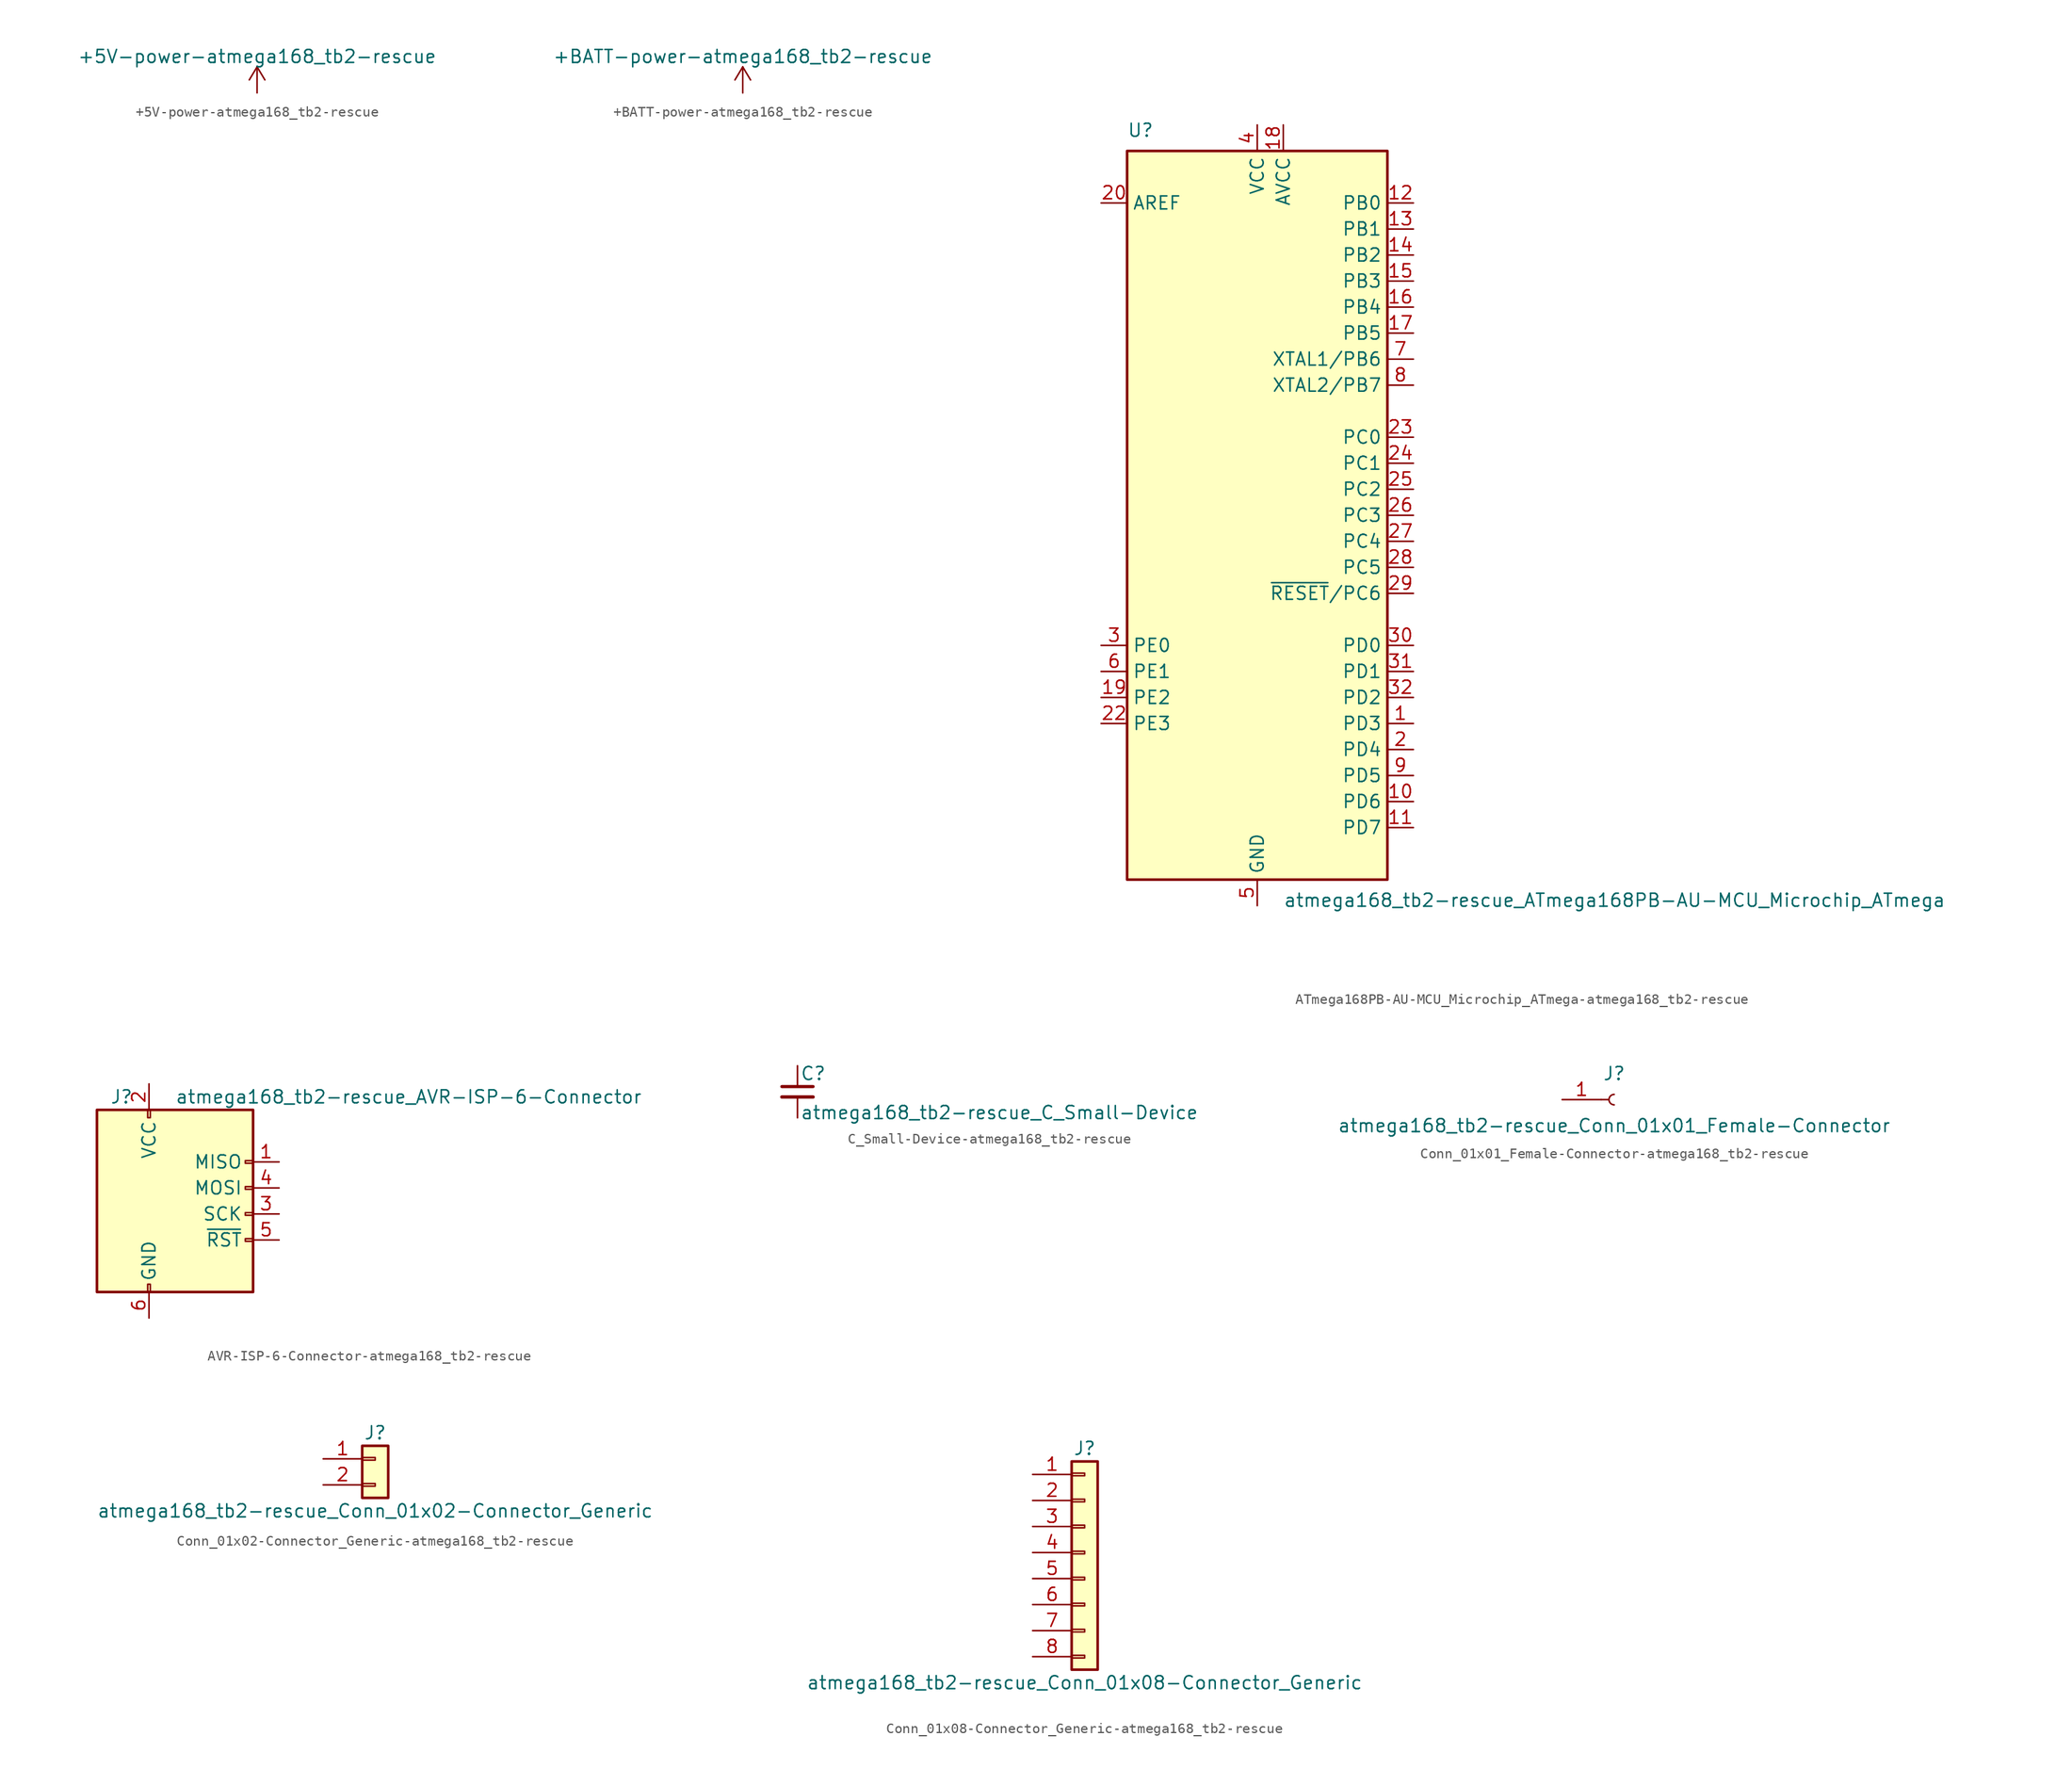
<source format=kicad_sym>
(kicad_symbol_lib
  (version 20220914)
  (generator kicad_symbol_editor)
  (symbol "+5V-power-atmega168_tb2-rescue"
    (power)
    (pin_names
      (offset 0))
    (property "Reference" "#PWR"
      (at 0 -3.81 0)
      (effects (font (size 1.27 1.27)) hide))
    (property "Value" "+5V-power-atmega168_tb2-rescue"
      (at 0 3.556 0)
      (effects (font (size 1.27 1.27))))
    (symbol "+5V-power-atmega168_tb2-rescue_0_1"
      (polyline (pts (xy -0.762 1.27) (xy 0 2.54)) (stroke (width 0) (type solid)) (fill (type none)))
      (polyline (pts (xy 0 0) (xy 0 2.54)) (stroke (width 0) (type solid)) (fill (type none)))
      (polyline (pts (xy 0 2.54) (xy 0.762 1.27)) (stroke (width 0) (type solid)) (fill (type none))))
    (symbol "+5V-power-atmega168_tb2-rescue_1_1"
      (pin power_in line (at 0 0 90) (length 0) hide (name "+5V" (effects (font (size 1.27 1.27)))) (number "1" (effects (font (size 1.27 1.27)))))))
  (symbol "+BATT-power-atmega168_tb2-rescue"
    (power)
    (pin_names
      (offset 0))
    (property "Reference" "#PWR"
      (at 0 -3.81 0)
      (effects (font (size 1.27 1.27)) hide))
    (property "Value" "+BATT-power-atmega168_tb2-rescue"
      (at 0 3.556 0)
      (effects (font (size 1.27 1.27))))
    (symbol "+BATT-power-atmega168_tb2-rescue_0_1"
      (polyline (pts (xy -0.762 1.27) (xy 0 2.54)) (stroke (width 0) (type solid)) (fill (type none)))
      (polyline (pts (xy 0 0) (xy 0 2.54)) (stroke (width 0) (type solid)) (fill (type none)))
      (polyline (pts (xy 0 2.54) (xy 0.762 1.27)) (stroke (width 0) (type solid)) (fill (type none))))
    (symbol "+BATT-power-atmega168_tb2-rescue_1_1"
      (pin power_in line (at 0 0 90) (length 0) hide (name "+BATT" (effects (font (size 1.27 1.27)))) (number "1" (effects (font (size 1.27 1.27)))))))
  (symbol "ATmega168PB-AU-MCU_Microchip_ATmega-atmega168_tb2-rescue"
    (property "Reference" "U"
      (at -12.7 36.83 0)
      (effects (font (size 1.27 1.27)) (justify left bottom)))
    (property "Value" "atmega168_tb2-rescue_ATmega168PB-AU-MCU_Microchip_ATmega"
      (at 2.54 -36.83 0)
      (effects (font (size 1.27 1.27)) (justify left top)))
    (symbol "ATmega168PB-AU-MCU_Microchip_ATmega-atmega168_tb2-rescue_0_1"
      (rectangle (start -12.7 -35.56) (end 12.7 35.56) (stroke (width 0.254) (type solid)) (fill (type background))))
    (symbol "ATmega168PB-AU-MCU_Microchip_ATmega-atmega168_tb2-rescue_1_1"
      (pin bidirectional line (at 15.24 -20.32 180) (length 2.54) (name "PD3" (effects (font (size 1.27 1.27)))) (number "1" (effects (font (size 1.27 1.27)))))
      (pin bidirectional line (at 15.24 -27.94 180) (length 2.54) (name "PD6" (effects (font (size 1.27 1.27)))) (number "10" (effects (font (size 1.27 1.27)))))
      (pin bidirectional line (at 15.24 -30.48 180) (length 2.54) (name "PD7" (effects (font (size 1.27 1.27)))) (number "11" (effects (font (size 1.27 1.27)))))
      (pin bidirectional line (at 15.24 30.48 180) (length 2.54) (name "PB0" (effects (font (size 1.27 1.27)))) (number "12" (effects (font (size 1.27 1.27)))))
      (pin bidirectional line (at 15.24 27.94 180) (length 2.54) (name "PB1" (effects (font (size 1.27 1.27)))) (number "13" (effects (font (size 1.27 1.27)))))
      (pin bidirectional line (at 15.24 25.4 180) (length 2.54) (name "PB2" (effects (font (size 1.27 1.27)))) (number "14" (effects (font (size 1.27 1.27)))))
      (pin bidirectional line (at 15.24 22.86 180) (length 2.54) (name "PB3" (effects (font (size 1.27 1.27)))) (number "15" (effects (font (size 1.27 1.27)))))
      (pin bidirectional line (at 15.24 20.32 180) (length 2.54) (name "PB4" (effects (font (size 1.27 1.27)))) (number "16" (effects (font (size 1.27 1.27)))))
      (pin bidirectional line (at 15.24 17.78 180) (length 2.54) (name "PB5" (effects (font (size 1.27 1.27)))) (number "17" (effects (font (size 1.27 1.27)))))
      (pin power_in line (at 2.54 38.1 270) (length 2.54) (name "AVCC" (effects (font (size 1.27 1.27)))) (number "18" (effects (font (size 1.27 1.27)))))
      (pin bidirectional line (at -15.24 -17.78 0) (length 2.54) (name "PE2" (effects (font (size 1.27 1.27)))) (number "19" (effects (font (size 1.27 1.27)))))
      (pin bidirectional line (at 15.24 -22.86 180) (length 2.54) (name "PD4" (effects (font (size 1.27 1.27)))) (number "2" (effects (font (size 1.27 1.27)))))
      (pin passive line (at -15.24 30.48 0) (length 2.54) (name "AREF" (effects (font (size 1.27 1.27)))) (number "20" (effects (font (size 1.27 1.27)))))
      (pin passive line (at 0 -38.1 90) (length 2.54) hide (name "GND" (effects (font (size 1.27 1.27)))) (number "21" (effects (font (size 1.27 1.27)))))
      (pin bidirectional line (at -15.24 -20.32 0) (length 2.54) (name "PE3" (effects (font (size 1.27 1.27)))) (number "22" (effects (font (size 1.27 1.27)))))
      (pin bidirectional line (at 15.24 7.62 180) (length 2.54) (name "PC0" (effects (font (size 1.27 1.27)))) (number "23" (effects (font (size 1.27 1.27)))))
      (pin bidirectional line (at 15.24 5.08 180) (length 2.54) (name "PC1" (effects (font (size 1.27 1.27)))) (number "24" (effects (font (size 1.27 1.27)))))
      (pin bidirectional line (at 15.24 2.54 180) (length 2.54) (name "PC2" (effects (font (size 1.27 1.27)))) (number "25" (effects (font (size 1.27 1.27)))))
      (pin bidirectional line (at 15.24 0 180) (length 2.54) (name "PC3" (effects (font (size 1.27 1.27)))) (number "26" (effects (font (size 1.27 1.27)))))
      (pin bidirectional line (at 15.24 -2.54 180) (length 2.54) (name "PC4" (effects (font (size 1.27 1.27)))) (number "27" (effects (font (size 1.27 1.27)))))
      (pin bidirectional line (at 15.24 -5.08 180) (length 2.54) (name "PC5" (effects (font (size 1.27 1.27)))) (number "28" (effects (font (size 1.27 1.27)))))
      (pin bidirectional line (at 15.24 -7.62 180) (length 2.54) (name "~{RESET}/PC6" (effects (font (size 1.27 1.27)))) (number "29" (effects (font (size 1.27 1.27)))))
      (pin bidirectional line (at -15.24 -12.7 0) (length 2.54) (name "PE0" (effects (font (size 1.27 1.27)))) (number "3" (effects (font (size 1.27 1.27)))))
      (pin bidirectional line (at 15.24 -12.7 180) (length 2.54) (name "PD0" (effects (font (size 1.27 1.27)))) (number "30" (effects (font (size 1.27 1.27)))))
      (pin bidirectional line (at 15.24 -15.24 180) (length 2.54) (name "PD1" (effects (font (size 1.27 1.27)))) (number "31" (effects (font (size 1.27 1.27)))))
      (pin bidirectional line (at 15.24 -17.78 180) (length 2.54) (name "PD2" (effects (font (size 1.27 1.27)))) (number "32" (effects (font (size 1.27 1.27)))))
      (pin power_in line (at 0 38.1 270) (length 2.54) (name "VCC" (effects (font (size 1.27 1.27)))) (number "4" (effects (font (size 1.27 1.27)))))
      (pin power_in line (at 0 -38.1 90) (length 2.54) (name "GND" (effects (font (size 1.27 1.27)))) (number "5" (effects (font (size 1.27 1.27)))))
      (pin bidirectional line (at -15.24 -15.24 0) (length 2.54) (name "PE1" (effects (font (size 1.27 1.27)))) (number "6" (effects (font (size 1.27 1.27)))))
      (pin bidirectional line (at 15.24 15.24 180) (length 2.54) (name "XTAL1/PB6" (effects (font (size 1.27 1.27)))) (number "7" (effects (font (size 1.27 1.27)))))
      (pin bidirectional line (at 15.24 12.7 180) (length 2.54) (name "XTAL2/PB7" (effects (font (size 1.27 1.27)))) (number "8" (effects (font (size 1.27 1.27)))))
      (pin bidirectional line (at 15.24 -25.4 180) (length 2.54) (name "PD5" (effects (font (size 1.27 1.27)))) (number "9" (effects (font (size 1.27 1.27)))))))
  (symbol "AVR-ISP-6-Connector-atmega168_tb2-rescue"
    (pin_names
      (offset 1.016))
    (property "Reference" "J"
      (at -6.35 11.43 0)
      (effects (font (size 1.27 1.27)) (justify left)))
    (property "Value" "atmega168_tb2-rescue_AVR-ISP-6-Connector"
      (at 0 11.43 0)
      (effects (font (size 1.27 1.27)) (justify left)))
    (symbol "AVR-ISP-6-Connector-atmega168_tb2-rescue_0_1"
      (rectangle (start -2.667 -6.858) (end -2.413 -7.62) (stroke (width 0) (type solid)) (fill (type none)))
      (rectangle (start -2.667 10.16) (end -2.413 9.398) (stroke (width 0) (type solid)) (fill (type none)))
      (rectangle (start 7.62 -2.413) (end 6.858 -2.667) (stroke (width 0) (type solid)) (fill (type none)))
      (rectangle (start 7.62 0.127) (end 6.858 -0.127) (stroke (width 0) (type solid)) (fill (type none)))
      (rectangle (start 7.62 2.667) (end 6.858 2.413) (stroke (width 0) (type solid)) (fill (type none)))
      (rectangle (start 7.62 5.207) (end 6.858 4.953) (stroke (width 0) (type solid)) (fill (type none)))
      (rectangle (start 7.62 10.16) (end -7.62 -7.62) (stroke (width 0.254) (type solid)) (fill (type background))))
    (symbol "AVR-ISP-6-Connector-atmega168_tb2-rescue_1_1"
      (pin passive line (at 10.16 5.08 180) (length 2.54) (name "MISO" (effects (font (size 1.27 1.27)))) (number "1" (effects (font (size 1.27 1.27)))))
      (pin passive line (at -2.54 12.7 270) (length 2.54) (name "VCC" (effects (font (size 1.27 1.27)))) (number "2" (effects (font (size 1.27 1.27)))))
      (pin passive line (at 10.16 0 180) (length 2.54) (name "SCK" (effects (font (size 1.27 1.27)))) (number "3" (effects (font (size 1.27 1.27)))))
      (pin passive line (at 10.16 2.54 180) (length 2.54) (name "MOSI" (effects (font (size 1.27 1.27)))) (number "4" (effects (font (size 1.27 1.27)))))
      (pin passive line (at 10.16 -2.54 180) (length 2.54) (name "~{RST}" (effects (font (size 1.27 1.27)))) (number "5" (effects (font (size 1.27 1.27)))))
      (pin passive line (at -2.54 -10.16 90) (length 2.54) (name "GND" (effects (font (size 1.27 1.27)))) (number "6" (effects (font (size 1.27 1.27)))))))
  (symbol "C_Small-Device-atmega168_tb2-rescue"
    (pin_numbers hide)
    (pin_names
      (offset 0.254) hide)
    (property "Reference" "C"
      (at 0.254 1.778 0)
      (effects (font (size 1.27 1.27)) (justify left)))
    (property "Value" "atmega168_tb2-rescue_C_Small-Device"
      (at 0.254 -2.032 0)
      (effects (font (size 1.27 1.27)) (justify left)))
    (symbol "C_Small-Device-atmega168_tb2-rescue_0_1"
      (polyline (pts (xy -1.524 -0.508) (xy 1.524 -0.508)) (stroke (width 0.33) (type solid)) (fill (type none)))
      (polyline (pts (xy -1.524 0.508) (xy 1.524 0.508)) (stroke (width 0.305) (type solid)) (fill (type none))))
    (symbol "C_Small-Device-atmega168_tb2-rescue_1_1"
      (pin passive line (at 0 2.54 270) (length 2.032) (name "~" (effects (font (size 1.27 1.27)))) (number "1" (effects (font (size 1.27 1.27)))))
      (pin passive line (at 0 -2.54 90) (length 2.032) (name "~" (effects (font (size 1.27 1.27)))) (number "2" (effects (font (size 1.27 1.27)))))))
  (symbol "Conn_01x01_Female-Connector-atmega168_tb2-rescue"
    (pin_names
      (offset 1.016) hide)
    (property "Reference" "J"
      (at 0 2.54 0)
      (effects (font (size 1.27 1.27))))
    (property "Value" "atmega168_tb2-rescue_Conn_01x01_Female-Connector"
      (at 0 -2.54 0)
      (effects (font (size 1.27 1.27))))
    (symbol "Conn_01x01_Female-Connector-atmega168_tb2-rescue_1_1"
      (polyline (pts (xy -1.27 0) (xy -0.508 0)) (stroke (width 0.152) (type solid)) (fill (type none)))
      (arc (start 0 0.508) (mid -0.5058 0) (end 0 -0.508) (stroke (width 0.1524) (type solid)) (fill (type none)))
      (pin passive line (at -5.08 0 0) (length 3.81) (name "Pin_1" (effects (font (size 1.27 1.27)))) (number "1" (effects (font (size 1.27 1.27)))))))
  (symbol "Conn_01x02-Connector_Generic-atmega168_tb2-rescue"
    (pin_names
      (offset 1.016) hide)
    (property "Reference" "J"
      (at 0 2.54 0)
      (effects (font (size 1.27 1.27))))
    (property "Value" "atmega168_tb2-rescue_Conn_01x02-Connector_Generic"
      (at 0 -5.08 0)
      (effects (font (size 1.27 1.27))))
    (symbol "Conn_01x02-Connector_Generic-atmega168_tb2-rescue_1_1"
      (rectangle (start -1.27 -2.413) (end 0 -2.667) (stroke (width 0.152) (type solid)) (fill (type none)))
      (rectangle (start -1.27 0.127) (end 0 -0.127) (stroke (width 0.152) (type solid)) (fill (type none)))
      (rectangle (start -1.27 1.27) (end 1.27 -3.81) (stroke (width 0.254) (type solid)) (fill (type background)))
      (pin passive line (at -5.08 0 0) (length 3.81) (name "Pin_1" (effects (font (size 1.27 1.27)))) (number "1" (effects (font (size 1.27 1.27)))))
      (pin passive line (at -5.08 -2.54 0) (length 3.81) (name "Pin_2" (effects (font (size 1.27 1.27)))) (number "2" (effects (font (size 1.27 1.27)))))))
  (symbol "Conn_01x08-Connector_Generic-atmega168_tb2-rescue"
    (pin_names
      (offset 1.016) hide)
    (property "Reference" "J"
      (at 0 10.16 0)
      (effects (font (size 1.27 1.27))))
    (property "Value" "atmega168_tb2-rescue_Conn_01x08-Connector_Generic"
      (at 0 -12.7 0)
      (effects (font (size 1.27 1.27))))
    (symbol "Conn_01x08-Connector_Generic-atmega168_tb2-rescue_1_1"
      (rectangle (start -1.27 -10.033) (end 0 -10.287) (stroke (width 0.152) (type solid)) (fill (type none)))
      (rectangle (start -1.27 -7.493) (end 0 -7.747) (stroke (width 0.152) (type solid)) (fill (type none)))
      (rectangle (start -1.27 -4.953) (end 0 -5.207) (stroke (width 0.152) (type solid)) (fill (type none)))
      (rectangle (start -1.27 -2.413) (end 0 -2.667) (stroke (width 0.152) (type solid)) (fill (type none)))
      (rectangle (start -1.27 0.127) (end 0 -0.127) (stroke (width 0.152) (type solid)) (fill (type none)))
      (rectangle (start -1.27 2.667) (end 0 2.413) (stroke (width 0.152) (type solid)) (fill (type none)))
      (rectangle (start -1.27 5.207) (end 0 4.953) (stroke (width 0.152) (type solid)) (fill (type none)))
      (rectangle (start -1.27 7.747) (end 0 7.493) (stroke (width 0.152) (type solid)) (fill (type none)))
      (rectangle (start -1.27 8.89) (end 1.27 -11.43) (stroke (width 0.254) (type solid)) (fill (type background)))
      (pin passive line (at -5.08 7.62 0) (length 3.81) (name "Pin_1" (effects (font (size 1.27 1.27)))) (number "1" (effects (font (size 1.27 1.27)))))
      (pin passive line (at -5.08 5.08 0) (length 3.81) (name "Pin_2" (effects (font (size 1.27 1.27)))) (number "2" (effects (font (size 1.27 1.27)))))
      (pin passive line (at -5.08 2.54 0) (length 3.81) (name "Pin_3" (effects (font (size 1.27 1.27)))) (number "3" (effects (font (size 1.27 1.27)))))
      (pin passive line (at -5.08 0 0) (length 3.81) (name "Pin_4" (effects (font (size 1.27 1.27)))) (number "4" (effects (font (size 1.27 1.27)))))
      (pin passive line (at -5.08 -2.54 0) (length 3.81) (name "Pin_5" (effects (font (size 1.27 1.27)))) (number "5" (effects (font (size 1.27 1.27)))))
      (pin passive line (at -5.08 -5.08 0) (length 3.81) (name "Pin_6" (effects (font (size 1.27 1.27)))) (number "6" (effects (font (size 1.27 1.27)))))
      (pin passive line (at -5.08 -7.62 0) (length 3.81) (name "Pin_7" (effects (font (size 1.27 1.27)))) (number "7" (effects (font (size 1.27 1.27)))))
      (pin passive line (at -5.08 -10.16 0) (length 3.81) (name "Pin_8" (effects (font (size 1.27 1.27)))) (number "8" (effects (font (size 1.27 1.27))))))))
</source>
